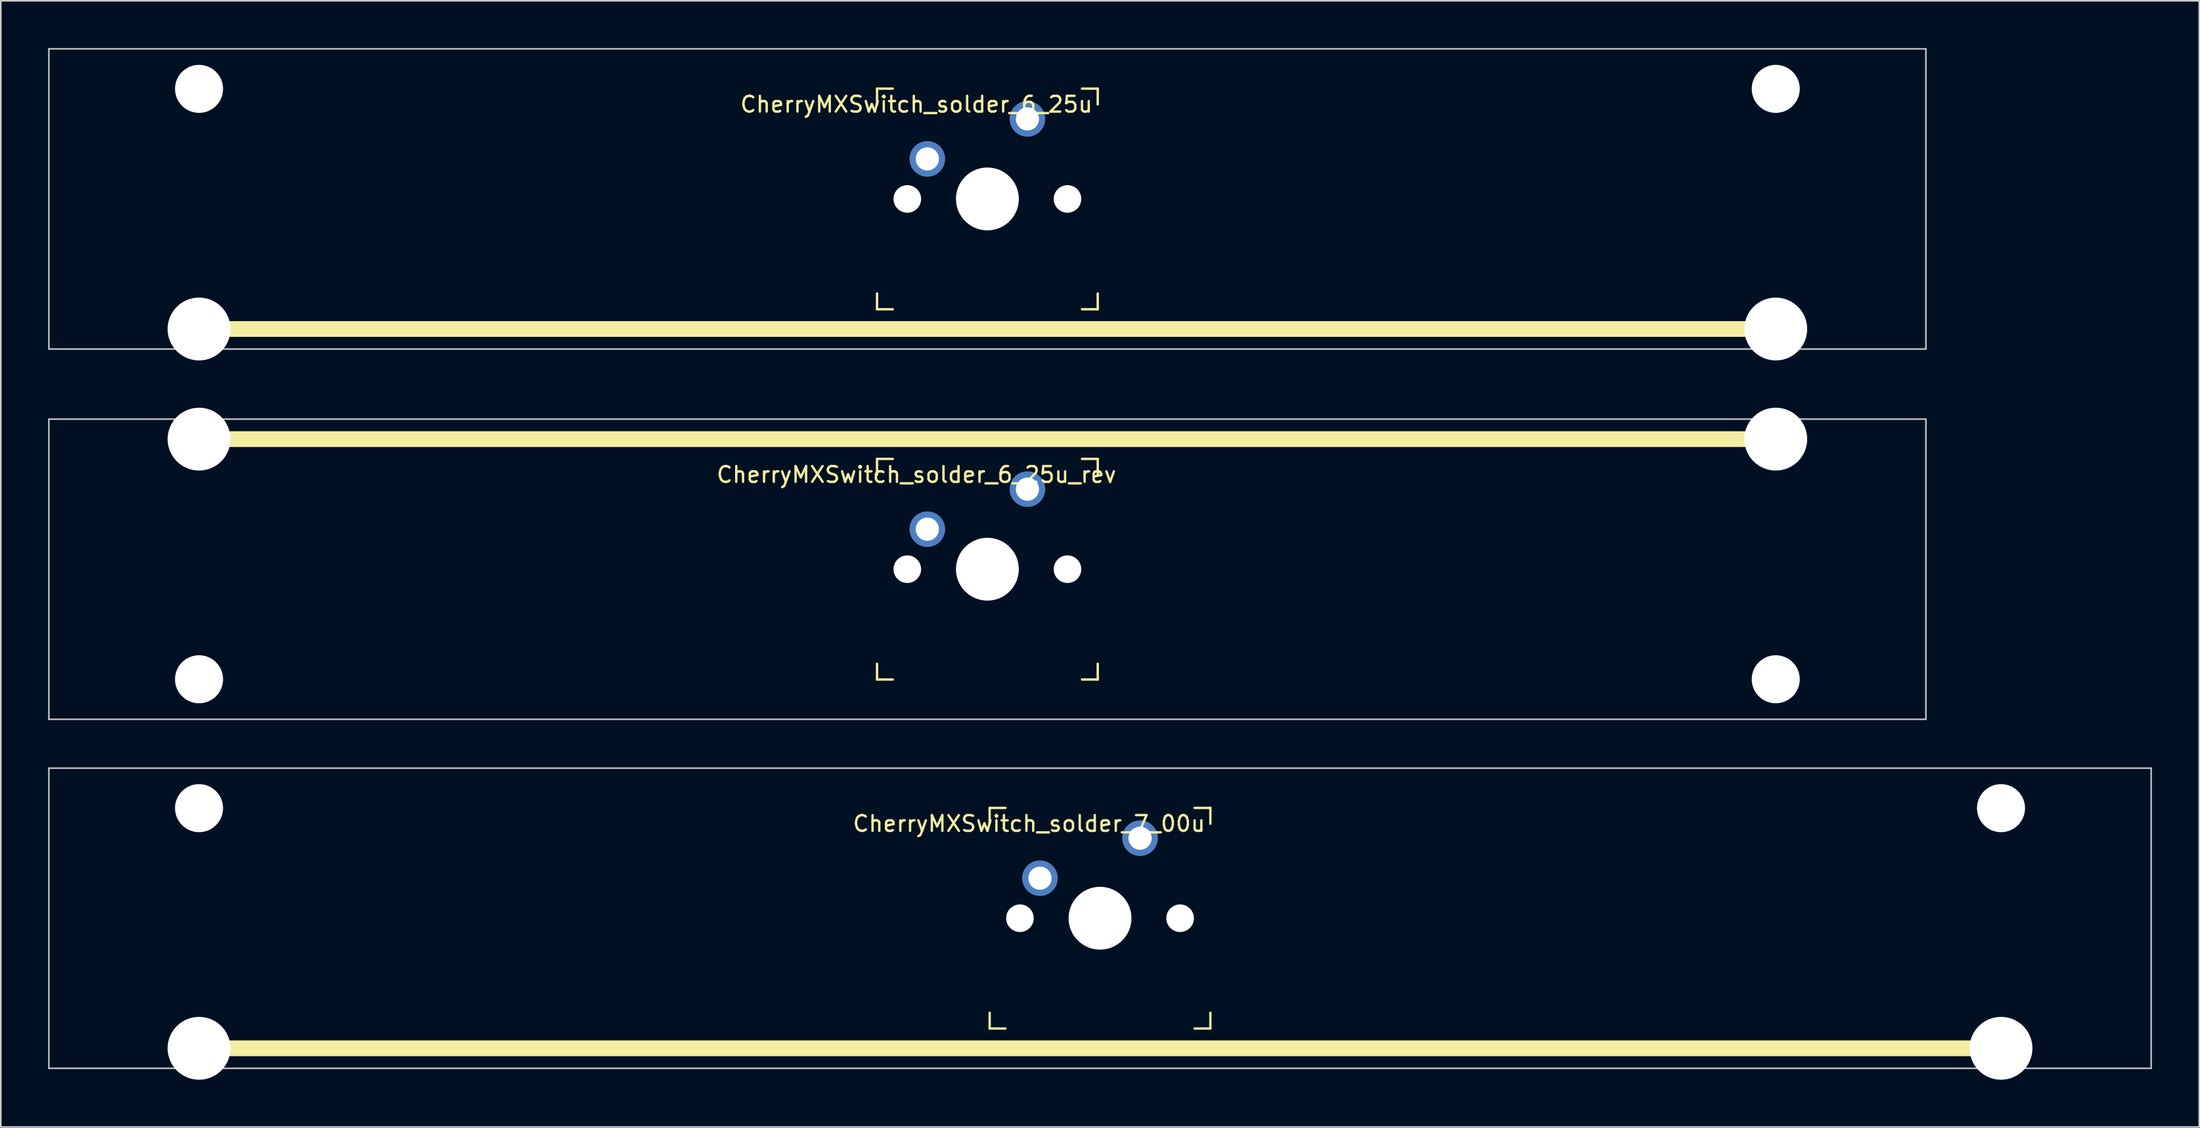
<source format=kicad_pcb>
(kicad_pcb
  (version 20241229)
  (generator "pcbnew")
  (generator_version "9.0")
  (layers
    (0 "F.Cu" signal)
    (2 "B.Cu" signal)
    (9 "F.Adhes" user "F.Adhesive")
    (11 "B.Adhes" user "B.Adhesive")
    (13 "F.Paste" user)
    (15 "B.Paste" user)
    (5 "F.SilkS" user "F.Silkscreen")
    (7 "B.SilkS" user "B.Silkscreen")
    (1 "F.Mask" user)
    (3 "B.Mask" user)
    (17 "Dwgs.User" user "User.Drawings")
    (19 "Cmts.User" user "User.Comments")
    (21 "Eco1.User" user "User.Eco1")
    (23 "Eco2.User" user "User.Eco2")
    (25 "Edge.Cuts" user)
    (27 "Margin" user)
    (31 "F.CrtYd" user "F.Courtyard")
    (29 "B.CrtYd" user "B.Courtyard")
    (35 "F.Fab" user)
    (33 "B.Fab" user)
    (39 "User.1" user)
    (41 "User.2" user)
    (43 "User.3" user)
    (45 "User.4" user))
  (footprint "CherryMXSwitch_solder_7_00u"
    (layer "F.Cu")
    (at 66.725 55.223)
    (property "Reference" "CherryMXSwitch_solder_7_00u" (at -4.5 -6 0) (unlocked yes) (layer "F.SilkS") (effects (font (size 1 1) (thickness 0.15))))
    (attr smd)
    (fp_line (start -57.15 8.255) (end 57.15 8.255) (stroke (width 1) (type solid)) (layer "F.SilkS"))
    (fp_line (start -7 -7) (end -6 -7) (stroke (width 0.15) (type solid)) (layer "F.SilkS"))
    (fp_line (start -7 -6) (end -7 -7) (stroke (width 0.15) (type solid)) (layer "F.SilkS"))
    (fp_line (start -7 6) (end -7 7) (stroke (width 0.15) (type solid)) (layer "F.SilkS"))
    (fp_line (start -7 7) (end -6 7) (stroke (width 0.15) (type solid)) (layer "F.SilkS"))
    (fp_line (start 6 7) (end 7 7) (stroke (width 0.15) (type solid)) (layer "F.SilkS"))
    (fp_line (start 7 -7) (end 6 -7) (stroke (width 0.15) (type solid)) (layer "F.SilkS"))
    (fp_line (start 7 -7) (end 7 -6) (stroke (width 0.15) (type solid)) (layer "F.SilkS"))
    (fp_line (start 7 7) (end 7 6) (stroke (width 0.15) (type solid)) (layer "F.SilkS"))
    (fp_line (start -66.675 -9.525) (end 66.675 -9.525) (stroke (width 0.1) (type solid)) (layer "Dwgs.User"))
    (fp_line (start -66.675 9.525) (end -66.675 -9.525) (stroke (width 0.1) (type solid)) (layer "Dwgs.User"))
    (fp_line (start 66.675 -9.525) (end 66.675 9.525) (stroke (width 0.1) (type solid)) (layer "Dwgs.User"))
    (fp_line (start 66.675 9.525) (end -66.675 9.525) (stroke (width 0.1) (type solid)) (layer "Dwgs.User"))
    (fp_line (start -7 -7) (end 7 -7) (stroke (width 0.1) (type solid)) (layer "Eco1.User"))
    (fp_line (start -7 7) (end -7 -7) (stroke (width 0.1) (type solid)) (layer "Eco1.User"))
    (fp_line (start 7 -7) (end 7 7) (stroke (width 0.1) (type solid)) (layer "Eco1.User"))
    (fp_line (start 7 7) (end -7 7) (stroke (width 0.1) (type solid)) (layer "Eco1.User"))
    (fp_rect (start 1.75 3.25) (end -1.75 6.35) (stroke (width 0.1) (type solid)) (fill no) (layer "Eco1.User"))
    (fp_line (start 0 0) (end 0 4.8) (stroke (width 0.05) (type solid)) (layer "Eco2.User"))
    (fp_line (start 0 0) (end 8.262 0) (stroke (width 0.05) (type solid)) (layer "Eco2.User"))
    (pad "" np_thru_hole circle (at -57.15 -6.985 180) (size 3.048 3.048) (drill 3.048) (layers "*.Cu" "*.Mask"))
    (pad "" np_thru_hole circle (at -57.15 8.255 180) (size 3.988 3.988) (drill 3.988) (layers "*.Cu" "*.Mask"))
    (pad "" np_thru_hole circle (at -5.08 0 48.1) (size 1.75 1.75) (drill 1.75) (layers "*.Cu" "*.Mask"))
    (pad "" np_thru_hole circle (at 0 0) (size 3.988 3.988) (drill 3.988) (layers "*.Cu" "*.Mask"))
    (pad "" np_thru_hole circle (at 5.08 0 48.1) (size 1.75 1.75) (drill 1.75) (layers "*.Cu" "*.Mask"))
    (pad "" np_thru_hole circle (at 57.15 -6.985 180) (size 3.048 3.048) (drill 3.048) (layers "*.Cu" "*.Mask"))
    (pad "" np_thru_hole circle (at 57.15 8.255 180) (size 3.988 3.988) (drill 3.988) (layers "*.Cu" "*.Mask"))
    (pad "1" thru_hole circle (at -3.81 -2.54) (size 2.25 2.25) (drill 1.47) (layers "*.Cu" "*.Mask"))
    (pad "2" thru_hole circle (at 2.54 -5.08) (size 2.25 2.25) (drill 1.47) (layers "*.Cu" "*.Mask")))
  (footprint "CherryMXSwitch_solder_6_25u_rev"
    (layer "F.Cu")
    (at 59.581 33.073)
    (property "Reference" "CherryMXSwitch_solder_6_25u_rev" (at -4.5 -6 0) (unlocked yes) (layer "F.SilkS") (effects (font (size 1 1) (thickness 0.15))))
    (attr smd)
    (fp_line (start -7 -7) (end -6 -7) (stroke (width 0.15) (type solid)) (layer "F.SilkS"))
    (fp_line (start -7 -6) (end -7 -7) (stroke (width 0.15) (type solid)) (layer "F.SilkS"))
    (fp_line (start -7 6) (end -7 7) (stroke (width 0.15) (type solid)) (layer "F.SilkS"))
    (fp_line (start -7 7) (end -6 7) (stroke (width 0.15) (type solid)) (layer "F.SilkS"))
    (fp_line (start 6 7) (end 7 7) (stroke (width 0.15) (type solid)) (layer "F.SilkS"))
    (fp_line (start 7 -7) (end 6 -7) (stroke (width 0.15) (type solid)) (layer "F.SilkS"))
    (fp_line (start 7 -7) (end 7 -6) (stroke (width 0.15) (type solid)) (layer "F.SilkS"))
    (fp_line (start 7 7) (end 7 6) (stroke (width 0.15) (type solid)) (layer "F.SilkS"))
    (fp_line (start 50.006 -8.255) (end -50.006 -8.255) (stroke (width 1) (type solid)) (layer "F.SilkS"))
    (fp_line (start -59.531 -9.525) (end 59.531 -9.525) (stroke (width 0.1) (type solid)) (layer "Dwgs.User"))
    (fp_line (start -59.531 9.525) (end -59.531 -9.525) (stroke (width 0.1) (type solid)) (layer "Dwgs.User"))
    (fp_line (start 59.531 -9.525) (end 59.531 9.525) (stroke (width 0.1) (type solid)) (layer "Dwgs.User"))
    (fp_line (start 59.531 9.525) (end -59.531 9.525) (stroke (width 0.1) (type solid)) (layer "Dwgs.User"))
    (fp_line (start -7 -7) (end 7 -7) (stroke (width 0.1) (type solid)) (layer "Eco1.User"))
    (fp_line (start -7 7) (end -7 -7) (stroke (width 0.1) (type solid)) (layer "Eco1.User"))
    (fp_line (start 7 -7) (end 7 7) (stroke (width 0.1) (type solid)) (layer "Eco1.User"))
    (fp_line (start 7 7) (end -7 7) (stroke (width 0.1) (type solid)) (layer "Eco1.User"))
    (fp_rect (start 1.75 3.25) (end -1.75 6.35) (stroke (width 0.1) (type solid)) (fill no) (layer "Eco1.User"))
    (fp_line (start 0 0) (end 0 4.8) (stroke (width 0.05) (type solid)) (layer "Eco2.User"))
    (fp_line (start 0 0) (end 8.262 0) (stroke (width 0.05) (type solid)) (layer "Eco2.User"))
    (pad "" np_thru_hole circle (at -50.006 -8.255) (size 3.988 3.988) (drill 3.988) (layers "*.Cu" "*.Mask"))
    (pad "" np_thru_hole circle (at -50.006 6.985) (size 3.048 3.048) (drill 3.048) (layers "*.Cu" "*.Mask"))
    (pad "" np_thru_hole circle (at -5.08 0 48.1) (size 1.75 1.75) (drill 1.75) (layers "*.Cu" "*.Mask"))
    (pad "" np_thru_hole circle (at 0 0) (size 3.988 3.988) (drill 3.988) (layers "*.Cu" "*.Mask"))
    (pad "" np_thru_hole circle (at 5.08 0 48.1) (size 1.75 1.75) (drill 1.75) (layers "*.Cu" "*.Mask"))
    (pad "" np_thru_hole circle (at 50.006 -8.255) (size 3.988 3.988) (drill 3.988) (layers "*.Cu" "*.Mask"))
    (pad "" np_thru_hole circle (at 50.006 6.985) (size 3.048 3.048) (drill 3.048) (layers "*.Cu" "*.Mask"))
    (pad "1" thru_hole circle (at -3.81 -2.54) (size 2.25 2.25) (drill 1.47) (layers "*.Cu" "*.Mask"))
    (pad "2" thru_hole circle (at 2.54 -5.08) (size 2.25 2.25) (drill 1.47) (layers "*.Cu" "*.Mask")))
  (footprint "CherryMXSwitch_solder_6_25u"
    (layer "F.Cu")
    (at 59.581 9.575)
    (property "Reference" "CherryMXSwitch_solder_6_25u" (at -4.5 -6 0) (unlocked yes) (layer "F.SilkS") (effects (font (size 1 1) (thickness 0.15))))
    (attr smd)
    (fp_line (start -50.006 8.255) (end 50.006 8.255) (stroke (width 1) (type solid)) (layer "F.SilkS"))
    (fp_line (start -7 -7) (end -6 -7) (stroke (width 0.15) (type solid)) (layer "F.SilkS"))
    (fp_line (start -7 -6) (end -7 -7) (stroke (width 0.15) (type solid)) (layer "F.SilkS"))
    (fp_line (start -7 6) (end -7 7) (stroke (width 0.15) (type solid)) (layer "F.SilkS"))
    (fp_line (start -7 7) (end -6 7) (stroke (width 0.15) (type solid)) (layer "F.SilkS"))
    (fp_line (start 6 7) (end 7 7) (stroke (width 0.15) (type solid)) (layer "F.SilkS"))
    (fp_line (start 7 -7) (end 6 -7) (stroke (width 0.15) (type solid)) (layer "F.SilkS"))
    (fp_line (start 7 -7) (end 7 -6) (stroke (width 0.15) (type solid)) (layer "F.SilkS"))
    (fp_line (start 7 7) (end 7 6) (stroke (width 0.15) (type solid)) (layer "F.SilkS"))
    (fp_line (start -59.531 -9.525) (end 59.531 -9.525) (stroke (width 0.1) (type solid)) (layer "Dwgs.User"))
    (fp_line (start -59.531 9.525) (end -59.531 -9.525) (stroke (width 0.1) (type solid)) (layer "Dwgs.User"))
    (fp_line (start 59.531 -9.525) (end 59.531 9.525) (stroke (width 0.1) (type solid)) (layer "Dwgs.User"))
    (fp_line (start 59.531 9.525) (end -59.531 9.525) (stroke (width 0.1) (type solid)) (layer "Dwgs.User"))
    (fp_line (start -7 -7) (end 7 -7) (stroke (width 0.1) (type solid)) (layer "Eco1.User"))
    (fp_line (start -7 7) (end -7 -7) (stroke (width 0.1) (type solid)) (layer "Eco1.User"))
    (fp_line (start 7 -7) (end 7 7) (stroke (width 0.1) (type solid)) (layer "Eco1.User"))
    (fp_line (start 7 7) (end -7 7) (stroke (width 0.1) (type solid)) (layer "Eco1.User"))
    (fp_rect (start 1.75 3.25) (end -1.75 6.35) (stroke (width 0.1) (type solid)) (fill no) (layer "Eco1.User"))
    (fp_line (start 0 0) (end 0 4.8) (stroke (width 0.05) (type solid)) (layer "Eco2.User"))
    (fp_line (start 0 0) (end 8.262 0) (stroke (width 0.05) (type solid)) (layer "Eco2.User"))
    (pad "" np_thru_hole circle (at -50.006 -6.985 180) (size 3.048 3.048) (drill 3.048) (layers "*.Cu" "*.Mask"))
    (pad "" np_thru_hole circle (at -50.006 8.255 180) (size 3.988 3.988) (drill 3.988) (layers "*.Cu" "*.Mask"))
    (pad "" np_thru_hole circle (at -5.08 0 48.1) (size 1.75 1.75) (drill 1.75) (layers "*.Cu" "*.Mask"))
    (pad "" np_thru_hole circle (at 0 0) (size 3.988 3.988) (drill 3.988) (layers "*.Cu" "*.Mask"))
    (pad "" np_thru_hole circle (at 5.08 0 48.1) (size 1.75 1.75) (drill 1.75) (layers "*.Cu" "*.Mask"))
    (pad "" np_thru_hole circle (at 50.006 -6.985 180) (size 3.048 3.048) (drill 3.048) (layers "*.Cu" "*.Mask"))
    (pad "" np_thru_hole circle (at 50.006 8.255 180) (size 3.988 3.988) (drill 3.988) (layers "*.Cu" "*.Mask"))
    (pad "1" thru_hole circle (at -3.81 -2.54) (size 2.25 2.25) (drill 1.47) (layers "*.Cu" "*.Mask"))
    (pad "2" thru_hole circle (at 2.54 -5.08) (size 2.25 2.25) (drill 1.47) (layers "*.Cu" "*.Mask")))
  (gr_rect
    (start -3 -3)
    (end 136.45 68.472)
    (stroke (width 0.1) (type default))
    (fill no)
    (layer "Edge.Cuts")))
</source>
